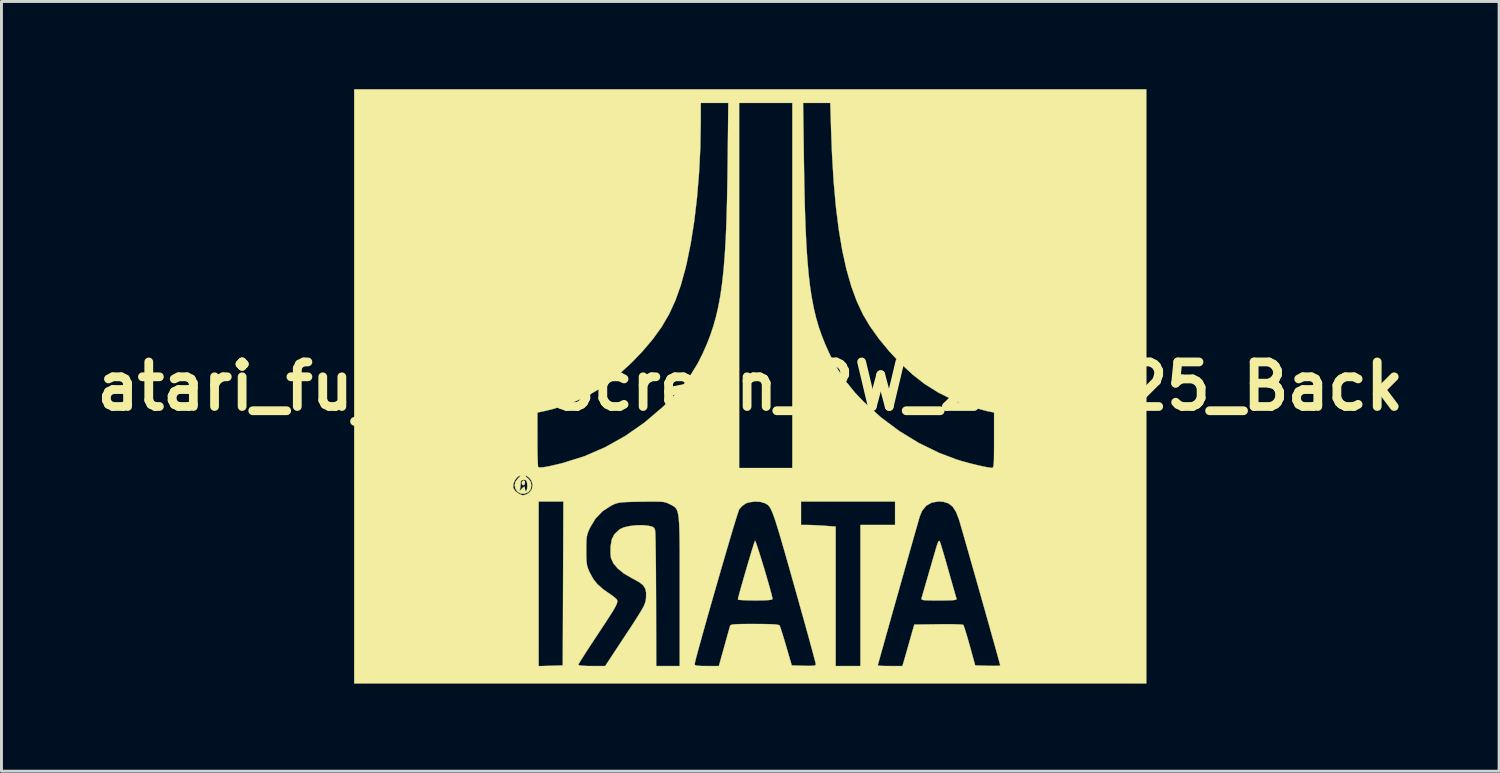
<source format=kicad_pcb>
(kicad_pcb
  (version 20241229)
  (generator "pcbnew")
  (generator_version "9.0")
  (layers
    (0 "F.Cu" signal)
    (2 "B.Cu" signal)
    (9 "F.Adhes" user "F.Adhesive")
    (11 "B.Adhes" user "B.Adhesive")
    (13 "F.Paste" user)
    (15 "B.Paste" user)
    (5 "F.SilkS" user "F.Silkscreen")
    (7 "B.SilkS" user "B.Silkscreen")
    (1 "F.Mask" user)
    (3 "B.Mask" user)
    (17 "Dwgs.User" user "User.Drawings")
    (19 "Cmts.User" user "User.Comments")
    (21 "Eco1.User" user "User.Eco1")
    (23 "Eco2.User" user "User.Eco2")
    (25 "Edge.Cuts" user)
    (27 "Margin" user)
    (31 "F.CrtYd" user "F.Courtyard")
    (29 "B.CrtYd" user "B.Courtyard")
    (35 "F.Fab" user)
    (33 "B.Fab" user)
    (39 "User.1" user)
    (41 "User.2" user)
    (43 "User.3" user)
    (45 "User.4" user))
  (footprint "atari_fuji_SilkScreen_BW_21.2x25_Back"
    (layer "F.Cu")
    (at 22.613 10.165)
    (property "Reference" "atari_fuji_SilkScreen_BW_21.2x25_Back" (at 0 0 0) (layer "F.SilkS") (effects (font (size 1.524 1.524) (thickness 0.3))))
    (attr exclude_from_pos_files exclude_from_bom)
    (fp_poly (pts (xy -7.712 3.253) (xy -7.705 3.302) (xy -7.727 3.374) (xy -7.777 3.38) (xy -7.811 3.344) (xy -7.816 3.274) (xy -7.769 3.222) (xy -7.745 3.217) (xy -7.712 3.253)) (stroke (width 0.01) (type solid)) (fill yes) (layer "F.SilkS"))
    (fp_poly (pts (xy 0.18 5.313) (xy 0.217 5.413) (xy 0.269 5.568) (xy 0.332 5.765) (xy 0.402 5.991) (xy 0.476 6.233) (xy 0.548 6.478) (xy 0.616 6.711) (xy 0.675 6.922) (xy 0.722 7.095) (xy 0.752 7.218) (xy 0.762 7.276) (xy 0.727 7.297) (xy 0.619 7.312) (xy 0.435 7.321) (xy 0.171 7.324) (xy 0.169 7.324) (xy -0.044 7.321) (xy -0.223 7.315) (xy -0.353 7.306) (xy -0.418 7.294) (xy -0.423 7.289) (xy -0.412 7.233) (xy -0.38 7.112) (xy -0.333 6.937) (xy -0.273 6.725) (xy -0.205 6.487) (xy -0.133 6.239) (xy -0.06 5.993) (xy 0.008 5.763) (xy 0.069 5.563) (xy 0.118 5.408) (xy 0.151 5.309) (xy 0.162 5.282) (xy 0.18 5.313)) (stroke (width 0.01) (type solid)) (fill yes) (layer "F.SilkS"))
    (fp_poly (pts (xy 6.479 5.297) (xy 6.5 5.354) (xy 6.541 5.481) (xy 6.596 5.665) (xy 6.663 5.892) (xy 6.737 6.151) (xy 6.775 6.286) (xy 6.851 6.555) (xy 6.92 6.798) (xy 6.979 7.003) (xy 7.024 7.157) (xy 7.051 7.249) (xy 7.057 7.267) (xy 7.051 7.29) (xy 7.004 7.306) (xy 6.907 7.316) (xy 6.748 7.322) (xy 6.518 7.324) (xy 6.458 7.324) (xy 6.216 7.323) (xy 6.048 7.32) (xy 5.94 7.313) (xy 5.88 7.3) (xy 5.856 7.281) (xy 5.857 7.253) (xy 5.858 7.25) (xy 5.877 7.185) (xy 5.914 7.055) (xy 5.967 6.874) (xy 6.029 6.658) (xy 6.076 6.498) (xy 6.149 6.244) (xy 6.222 5.994) (xy 6.287 5.769) (xy 6.339 5.591) (xy 6.357 5.527) (xy 6.407 5.372) (xy 6.445 5.295) (xy 6.474 5.289) (xy 6.479 5.297)) (stroke (width 0.01) (type solid)) (fill yes) (layer "F.SilkS"))
    (fp_poly (pts (xy 13.547 10.16) (xy -13.547 10.16) (xy -13.547 3.937) (xy -7.239 3.937) (xy -7.239 9.57) (xy -6.826 9.558) (xy -6.413 9.546) (xy -6.413 9.527) (xy -5.884 9.527) (xy -5.845 9.544) (xy -5.735 9.557) (xy -5.571 9.565) (xy -5.424 9.567) (xy -4.963 9.567) (xy -4.273 8.52) (xy -4.074 8.218) (xy -3.918 7.977) (xy -3.798 7.788) (xy -3.71 7.641) (xy -3.648 7.528) (xy -3.608 7.439) (xy -3.584 7.365) (xy -3.571 7.296) (xy -3.565 7.235) (xy -3.562 7.054) (xy -3.592 6.915) (xy -3.667 6.801) (xy -3.798 6.697) (xy -3.997 6.587) (xy -4.039 6.566) (xy -4.313 6.408) (xy -4.531 6.233) (xy -4.684 6.051) (xy -4.764 5.87) (xy -4.766 5.857) (xy -4.779 5.732) (xy -4.78 5.568) (xy -4.775 5.459) (xy -4.736 5.233) (xy -4.647 5.059) (xy -4.494 4.913) (xy -4.451 4.882) (xy -4.315 4.822) (xy -4.122 4.778) (xy -3.899 4.752) (xy -3.674 4.749) (xy -3.484 4.769) (xy -3.359 4.798) (xy -3.293 4.837) (xy -3.261 4.905) (xy -3.254 4.932) (xy -3.249 4.998) (xy -3.244 5.14) (xy -3.239 5.35) (xy -3.235 5.62) (xy -3.231 5.94) (xy -3.227 6.304) (xy -3.225 6.702) (xy -3.223 7.127) (xy -3.222 7.313) (xy -3.217 9.567) (xy -2.413 9.567) (xy -2.413 9.513) (xy -1.905 9.513) (xy -1.882 9.539) (xy -1.805 9.556) (xy -1.663 9.565) (xy -1.489 9.567) (xy -1.074 9.567) (xy -0.894 8.922) (xy -0.831 8.695) (xy -0.775 8.494) (xy -0.73 8.334) (xy -0.701 8.23) (xy -0.693 8.202) (xy -0.679 8.176) (xy -0.646 8.157) (xy -0.584 8.144) (xy -0.48 8.136) (xy -0.325 8.131) (xy -0.105 8.128) (xy 0.149 8.128) (xy 0.456 8.13) (xy 0.686 8.135) (xy 0.848 8.144) (xy 0.95 8.157) (xy 0.998 8.176) (xy 1.003 8.181) (xy 1.026 8.238) (xy 1.067 8.361) (xy 1.122 8.536) (xy 1.186 8.747) (xy 1.228 8.89) (xy 1.419 9.546) (xy 1.831 9.558) (xy 2.028 9.562) (xy 2.153 9.557) (xy 2.221 9.543) (xy 2.243 9.517) (xy 2.244 9.512) (xy 2.233 9.46) (xy 2.201 9.335) (xy 2.151 9.147) (xy 2.085 8.904) (xy 2.007 8.616) (xy 1.917 8.291) (xy 1.819 7.938) (xy 1.782 7.807) (xy 1.605 7.176) (xy 1.449 6.621) (xy 1.313 6.138) (xy 1.194 5.721) (xy 1.091 5.365) (xy 1.003 5.064) (xy 0.927 4.815) (xy 0.863 4.611) (xy 0.807 4.448) (xy 0.759 4.32) (xy 0.716 4.223) (xy 0.678 4.151) (xy 0.641 4.099) (xy 0.606 4.062) (xy 0.569 4.034) (xy 0.529 4.012) (xy 0.506 3.999) (xy 0.342 3.95) (xy 0.143 3.941) (xy -0.054 3.97) (xy -0.152 4.005) (xy -0.274 4.09) (xy -0.376 4.204) (xy -0.38 4.21) (xy -0.402 4.268) (xy -0.445 4.399) (xy -0.506 4.595) (xy -0.583 4.847) (xy -0.672 5.145) (xy -0.772 5.483) (xy -0.879 5.851) (xy -0.993 6.24) (xy -1.109 6.643) (xy -1.226 7.05) (xy -1.342 7.453) (xy -1.453 7.844) (xy -1.557 8.214) (xy -1.652 8.554) (xy -1.736 8.856) (xy -1.806 9.111) (xy -1.859 9.311) (xy -1.892 9.448) (xy -1.905 9.512) (xy -1.905 9.513) (xy -2.413 9.513) (xy -2.413 6.995) (xy -2.413 6.441) (xy -2.413 5.966) (xy -2.414 5.563) (xy -2.417 5.225) (xy -2.423 4.947) (xy -2.431 4.721) (xy -2.444 4.542) (xy -2.461 4.403) (xy -2.484 4.298) (xy -2.513 4.22) (xy -2.548 4.164) (xy -2.592 4.122) (xy -2.643 4.088) (xy -2.704 4.056) (xy -2.755 4.03) (xy -2.825 3.996) (xy -2.893 3.971) (xy -2.974 3.954) (xy -3.081 3.945) (xy -3.23 3.941) (xy -3.433 3.941) (xy -3.706 3.945) (xy -3.725 3.945) (xy -4.002 3.95) (xy -4.21 3.956) (xy -4.363 3.965) (xy -4.477 3.979) (xy -4.566 3.999) (xy -4.646 4.028) (xy -4.732 4.068) (xy -4.752 4.078) (xy -5.052 4.271) (xy -5.298 4.529) (xy -5.477 4.826) (xy -5.534 4.949) (xy -5.571 5.052) (xy -5.594 5.158) (xy -5.605 5.291) (xy -5.609 5.472) (xy -5.609 5.609) (xy -5.608 5.832) (xy -5.601 5.992) (xy -5.585 6.113) (xy -5.556 6.216) (xy -5.512 6.324) (xy -5.49 6.371) (xy -5.371 6.588) (xy -5.226 6.77) (xy -5.035 6.938) (xy -4.841 7.074) (xy -4.71 7.165) (xy -4.608 7.247) (xy -4.557 7.302) (xy -4.556 7.306) (xy -4.547 7.344) (xy -4.552 7.392) (xy -4.575 7.458) (xy -4.62 7.55) (xy -4.692 7.675) (xy -4.796 7.841) (xy -4.936 8.057) (xy -5.116 8.33) (xy -5.246 8.527) (xy -5.414 8.781) (xy -5.566 9.013) (xy -5.694 9.213) (xy -5.795 9.371) (xy -5.86 9.479) (xy -5.884 9.526) (xy -5.884 9.527) (xy -6.413 9.527) (xy -6.403 6.742) (xy -6.392 3.937) (xy 1.736 3.937) (xy 1.736 4.741) (xy 1.941 4.741) (xy 2.08 4.744) (xy 2.268 4.753) (xy 2.473 4.765) (xy 2.533 4.769) (xy 2.921 4.796) (xy 2.921 9.567) (xy 3.768 9.567) (xy 3.768 9.546) (xy 4.36 9.546) (xy 4.4 9.555) (xy 4.506 9.562) (xy 4.661 9.566) (xy 4.782 9.567) (xy 5.205 9.567) (xy 5.288 9.282) (xy 5.337 9.11) (xy 5.399 8.894) (xy 5.463 8.668) (xy 5.49 8.572) (xy 5.61 8.149) (xy 6.432 8.138) (xy 6.688 8.136) (xy 6.915 8.137) (xy 7.099 8.142) (xy 7.227 8.149) (xy 7.286 8.158) (xy 7.287 8.159) (xy 7.309 8.209) (xy 7.348 8.327) (xy 7.4 8.497) (xy 7.461 8.707) (xy 7.507 8.869) (xy 7.694 9.546) (xy 8.123 9.558) (xy 8.301 9.561) (xy 8.444 9.56) (xy 8.532 9.555) (xy 8.551 9.549) (xy 8.54 9.503) (xy 8.508 9.384) (xy 8.458 9.201) (xy 8.391 8.962) (xy 8.311 8.677) (xy 8.22 8.352) (xy 8.121 7.998) (xy 8.015 7.622) (xy 7.905 7.234) (xy 7.794 6.841) (xy 7.684 6.452) (xy 7.577 6.077) (xy 7.476 5.723) (xy 7.383 5.398) (xy 7.302 5.113) (xy 7.233 4.875) (xy 7.18 4.692) (xy 7.145 4.574) (xy 7.137 4.548) (xy 7.039 4.295) (xy 6.925 4.117) (xy 6.783 4.004) (xy 6.605 3.948) (xy 6.448 3.937) (xy 6.212 3.974) (xy 6.02 4.082) (xy 5.876 4.259) (xy 5.797 4.45) (xy 5.77 4.544) (xy 5.724 4.705) (xy 5.661 4.924) (xy 5.584 5.194) (xy 5.496 5.506) (xy 5.398 5.851) (xy 5.294 6.221) (xy 5.185 6.608) (xy 5.073 7.003) (xy 4.962 7.398) (xy 4.853 7.783) (xy 4.75 8.152) (xy 4.653 8.495) (xy 4.567 8.804) (xy 4.492 9.07) (xy 4.432 9.286) (xy 4.389 9.442) (xy 4.365 9.53) (xy 4.36 9.546) (xy 3.768 9.546) (xy 3.768 4.741) (xy 4.953 4.741) (xy 4.953 3.937) (xy 1.736 3.937) (xy -6.392 3.937) (xy -7.239 3.937) (xy -13.547 3.937) (xy -13.547 3.454) (xy -8.11 3.454) (xy -8.105 3.476) (xy -8.04 3.577) (xy -7.928 3.667) (xy -7.808 3.72) (xy -7.768 3.725) (xy -7.669 3.7) (xy -7.563 3.638) (xy -7.562 3.638) (xy -7.471 3.518) (xy -7.446 3.371) (xy -7.487 3.223) (xy -7.556 3.133) (xy -7.633 3.072) (xy -7.681 3.054) (xy -7.685 3.056) (xy -7.67 3.092) (xy -7.603 3.147) (xy -7.6 3.149) (xy -7.518 3.247) (xy -7.487 3.379) (xy -7.508 3.512) (xy -7.583 3.614) (xy -7.587 3.617) (xy -7.727 3.676) (xy -7.856 3.667) (xy -7.963 3.604) (xy -7.984 3.574) (xy -7.89 3.574) (xy -7.847 3.534) (xy -7.839 3.524) (xy -7.771 3.457) (xy -7.73 3.429) (xy -7.71 3.465) (xy -7.705 3.522) (xy -7.694 3.583) (xy -7.659 3.57) (xy -7.633 3.501) (xy -7.626 3.389) (xy -7.628 3.36) (xy -7.644 3.253) (xy -7.679 3.206) (xy -7.747 3.196) (xy -7.819 3.207) (xy -7.849 3.258) (xy -7.854 3.344) (xy -7.865 3.464) (xy -7.888 3.552) (xy -7.889 3.556) (xy -7.89 3.574) (xy -7.984 3.574) (xy -8.034 3.503) (xy -8.06 3.381) (xy -8.027 3.252) (xy -7.942 3.147) (xy -7.872 3.076) (xy -7.868 3.049) (xy -7.925 3.076) (xy -7.968 3.106) (xy -8.047 3.203) (xy -8.1 3.333) (xy -8.11 3.454) (xy -13.547 3.454) (xy -13.547 0.897) (xy -7.281 0.897) (xy -7.281 1.818) (xy -7.28 2.088) (xy -7.277 2.33) (xy -7.271 2.531) (xy -7.265 2.676) (xy -7.257 2.755) (xy -7.254 2.765) (xy -7.196 2.779) (xy -7.071 2.768) (xy -6.876 2.732) (xy -6.606 2.67) (xy -6.411 2.622) (xy -5.681 2.394) (xy -4.969 2.086) (xy -4.282 1.701) (xy -3.625 1.244) (xy -3.006 0.718) (xy -2.772 0.491) (xy -2.384 0.069) (xy -2.062 -0.353) (xy -1.791 -0.795) (xy -1.635 -1.105) (xy -1.498 -1.413) (xy -1.376 -1.722) (xy -1.269 -2.04) (xy -1.174 -2.372) (xy -1.092 -2.726) (xy -1.022 -3.107) (xy -0.963 -3.524) (xy -0.913 -3.981) (xy -0.872 -4.487) (xy -0.839 -5.047) (xy -0.813 -5.668) (xy -0.794 -6.357) (xy -0.78 -7.12) (xy -0.774 -7.567) (xy -0.751 -9.694) (xy -0.381 -9.694) (xy -0.381 2.794) (xy 1.439 2.794) (xy 1.439 -9.694) (xy 1.807 -9.694) (xy 1.836 -7.652) (xy 1.85 -6.847) (xy 1.867 -6.12) (xy 1.89 -5.465) (xy 1.917 -4.875) (xy 1.952 -4.343) (xy 1.993 -3.864) (xy 2.043 -3.431) (xy 2.103 -3.037) (xy 2.172 -2.676) (xy 2.252 -2.341) (xy 2.344 -2.026) (xy 2.449 -1.725) (xy 2.567 -1.431) (xy 2.7 -1.136) (xy 2.749 -1.035) (xy 2.996 -0.577) (xy 3.271 -0.164) (xy 3.594 0.229) (xy 3.876 0.525) (xy 4.464 1.056) (xy 5.098 1.53) (xy 5.768 1.939) (xy 6.462 2.277) (xy 7.038 2.495) (xy 7.246 2.56) (xy 7.482 2.625) (xy 7.724 2.685) (xy 7.949 2.737) (xy 8.137 2.773) (xy 8.265 2.79) (xy 8.266 2.79) (xy 8.29 2.786) (xy 8.308 2.764) (xy 8.321 2.713) (xy 8.33 2.624) (xy 8.336 2.487) (xy 8.338 2.291) (xy 8.34 2.026) (xy 8.34 1.845) (xy 8.34 0.895) (xy 8.096 0.845) (xy 7.536 0.695) (xy 6.971 0.48) (xy 6.429 0.21) (xy 5.951 -0.091) (xy 5.549 -0.407) (xy 5.146 -0.781) (xy 4.757 -1.195) (xy 4.398 -1.63) (xy 4.086 -2.069) (xy 3.85 -2.468) (xy 3.64 -2.92) (xy 3.453 -3.432) (xy 3.289 -4.007) (xy 3.147 -4.649) (xy 3.028 -5.359) (xy 2.93 -6.14) (xy 2.853 -6.997) (xy 2.797 -7.93) (xy 2.767 -8.71) (xy 2.738 -9.694) (xy 1.807 -9.694) (xy 1.439 -9.694) (xy -0.381 -9.694) (xy -0.751 -9.694) (xy -1.693 -9.694) (xy -1.694 -9.049) (xy -1.708 -8.168) (xy -1.752 -7.298) (xy -1.822 -6.452) (xy -1.917 -5.643) (xy -2.037 -4.885) (xy -2.179 -4.192) (xy -2.223 -4.01) (xy -2.382 -3.441) (xy -2.563 -2.933) (xy -2.775 -2.472) (xy -3.028 -2.038) (xy -3.331 -1.617) (xy -3.693 -1.191) (xy -4.043 -0.826) (xy -4.551 -0.358) (xy -5.069 0.031) (xy -5.605 0.347) (xy -6.17 0.595) (xy -6.774 0.782) (xy -6.953 0.825) (xy -7.281 0.897) (xy -13.547 0.897) (xy -13.547 -10.16) (xy 13.547 -10.16) (xy 13.547 10.16)) (stroke (width 0.01) (type solid)) (fill yes) (layer "F.SilkS")))
  (gr_rect
    (start -3 -3)
    (end 48.227 23.33)
    (stroke (width 0.1) (type default))
    (fill no)
    (layer "Edge.Cuts")))
</source>
